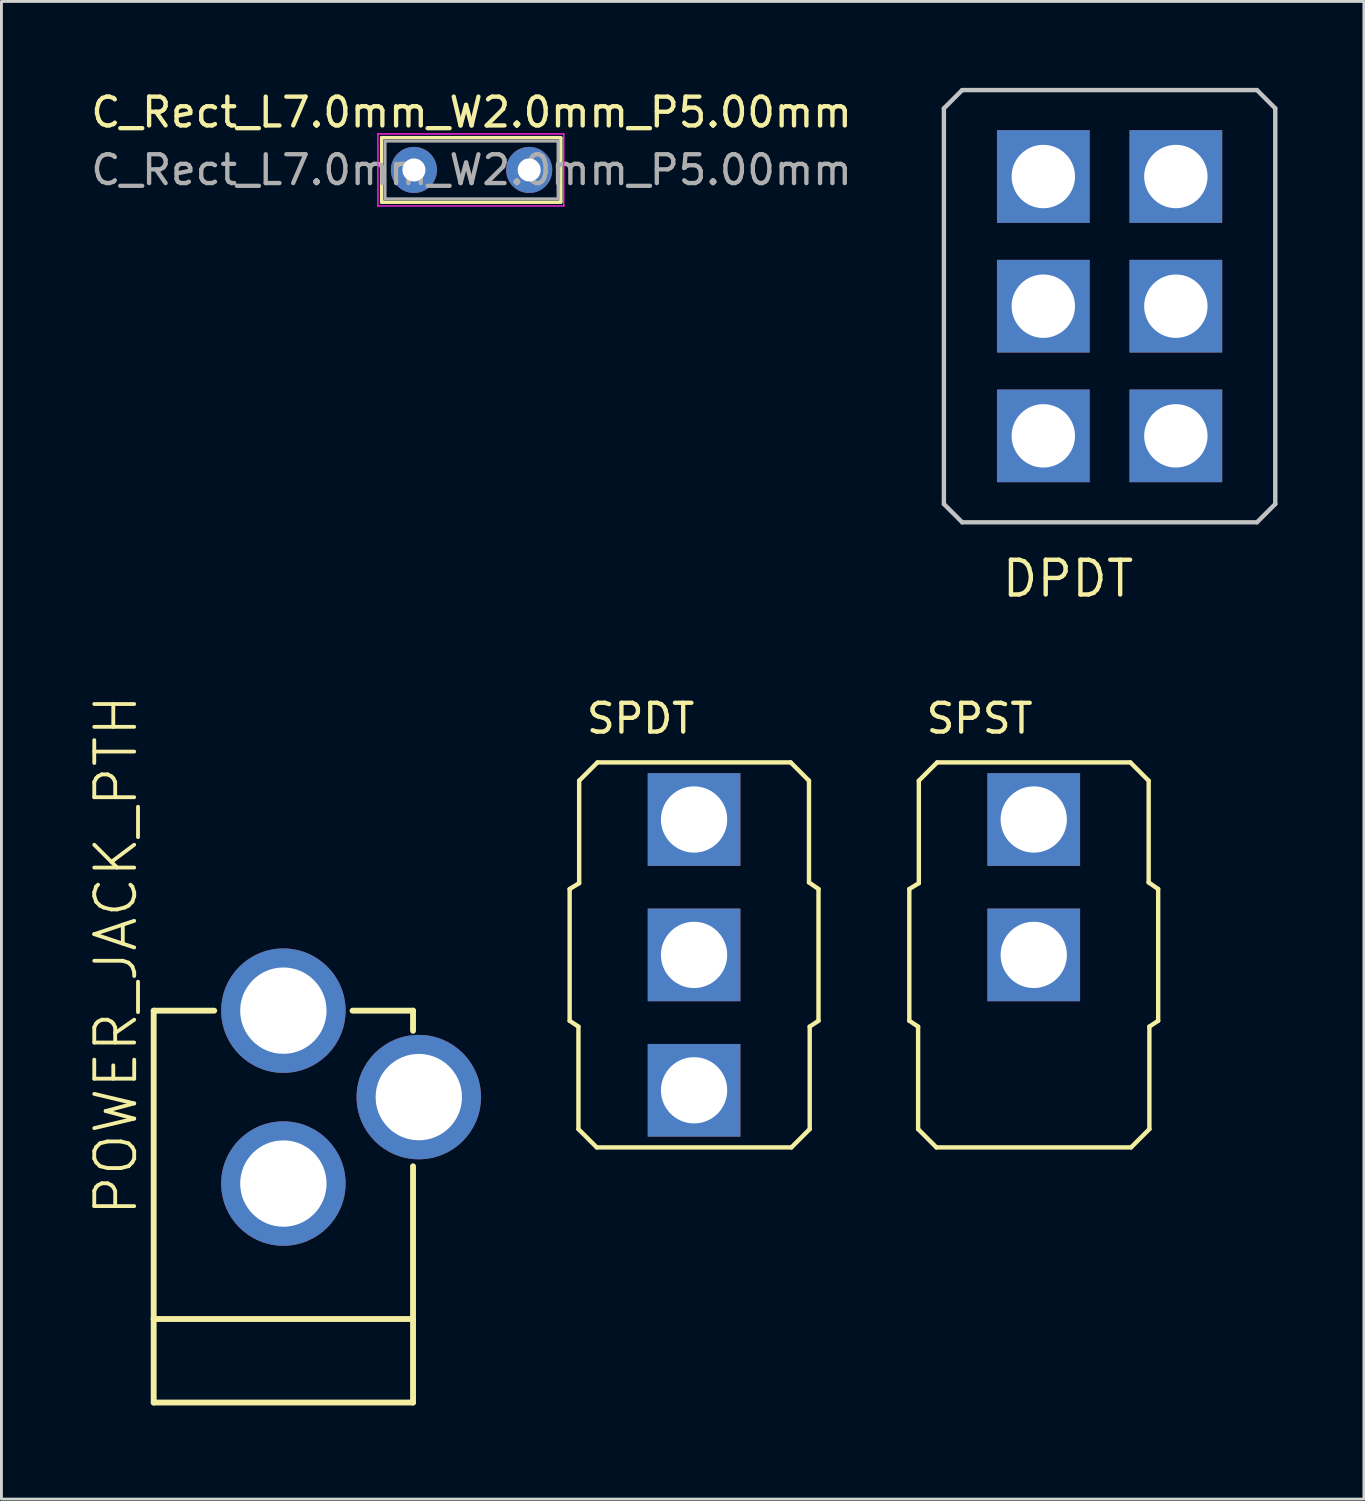
<source format=kicad_pcb>
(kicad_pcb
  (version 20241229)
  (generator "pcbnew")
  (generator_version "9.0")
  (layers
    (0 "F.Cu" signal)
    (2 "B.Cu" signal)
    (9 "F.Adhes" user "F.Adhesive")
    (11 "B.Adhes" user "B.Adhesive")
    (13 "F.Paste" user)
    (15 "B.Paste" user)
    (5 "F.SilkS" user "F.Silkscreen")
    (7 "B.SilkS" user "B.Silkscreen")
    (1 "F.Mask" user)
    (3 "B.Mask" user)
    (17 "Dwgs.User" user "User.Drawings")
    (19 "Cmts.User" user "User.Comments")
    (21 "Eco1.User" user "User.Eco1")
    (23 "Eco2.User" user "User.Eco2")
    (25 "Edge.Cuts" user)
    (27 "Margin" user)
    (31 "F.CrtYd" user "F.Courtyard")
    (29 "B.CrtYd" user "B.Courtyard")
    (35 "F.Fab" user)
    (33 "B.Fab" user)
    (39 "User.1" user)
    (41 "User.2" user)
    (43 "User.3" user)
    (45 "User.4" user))
  (footprint "DPDT"
    (layer "F.Cu")
    (at 35.457 7.576)
    (property "Reference" "DPDT" (at -3.81 10.16 0) (layer "F.SilkS") (effects (font (size 1.206 1.206) (thickness 0.152)) (justify left bottom)))
    (attr through_hole)
    (fp_line (start -5.75 -6.865) (end -5.115 -7.5) (stroke (width 0.152) (type solid)) (layer "Dwgs.User"))
    (fp_line (start -5.75 6.865) (end -5.75 -6.865) (stroke (width 0.152) (type solid)) (layer "Dwgs.User"))
    (fp_line (start -5.115 -7.5) (end 5.115 -7.5) (stroke (width 0.152) (type solid)) (layer "Dwgs.User"))
    (fp_line (start -5.115 7.5) (end -5.75 6.865) (stroke (width 0.152) (type solid)) (layer "Dwgs.User"))
    (fp_line (start 5.115 -7.5) (end 5.75 -6.865) (stroke (width 0.152) (type solid)) (layer "Dwgs.User"))
    (fp_line (start 5.115 7.5) (end -5.115 7.5) (stroke (width 0.152) (type solid)) (layer "Dwgs.User"))
    (fp_line (start 5.75 -6.865) (end 5.75 6.865) (stroke (width 0.152) (type solid)) (layer "Dwgs.User"))
    (fp_line (start 5.75 6.865) (end 5.115 7.5) (stroke (width 0.152) (type solid)) (layer "Dwgs.User"))
    (pad "A1" thru_hole rect (at -2.3 -4.5 180) (size 3.216 3.216) (drill 2.2) (layers "*.Cu" "*.Mask"))
    (pad "A2" thru_hole rect (at -2.3 0 180) (size 3.216 3.216) (drill 2.2) (layers "*.Cu" "*.Mask"))
    (pad "A3" thru_hole rect (at -2.3 4.5 180) (size 3.216 3.216) (drill 2.2) (layers "*.Cu" "*.Mask"))
    (pad "B1" thru_hole rect (at 2.3 -4.5 180) (size 3.216 3.216) (drill 2.2) (layers "*.Cu" "*.Mask"))
    (pad "B2" thru_hole rect (at 2.3 0 180) (size 3.216 3.216) (drill 2.2) (layers "*.Cu" "*.Mask"))
    (pad "B3" thru_hole rect (at 2.3 4.5 180) (size 3.216 3.216) (drill 2.2) (layers "*.Cu" "*.Mask")))
  (footprint "C_Rect_L7.0mm_W2.0mm_P5.00mm"
    (layer "F.Cu")
    (at 11.315 2.848)
    (property "Reference" "C_Rect_L7.0mm_W2.0mm_P5.00mm" (at 2 -2 0) (layer "F.SilkS") (effects (font (size 1 1) (thickness 0.15))))
    (attr through_hole)
    (fp_line (start -1.12 -1.12) (end -1.12 1.12) (stroke (width 0.12) (type solid)) (layer "F.SilkS"))
    (fp_line (start -1.12 -1.12) (end 5.1 -1.12) (stroke (width 0.12) (type solid)) (layer "F.SilkS"))
    (fp_line (start -1.12 1.12) (end 5.1 1.12) (stroke (width 0.12) (type solid)) (layer "F.SilkS"))
    (fp_line (start 5.1 -1.1) (end 5.1 1.1) (stroke (width 0.12) (type solid)) (layer "F.SilkS"))
    (fp_line (start -1.25 -1.25) (end -1.25 1.25) (stroke (width 0.05) (type solid)) (layer "F.CrtYd"))
    (fp_line (start -1.25 1.25) (end 5.2 1.25) (stroke (width 0.05) (type solid)) (layer "F.CrtYd"))
    (fp_line (start 5.2 -1.25) (end -1.25 -1.25) (stroke (width 0.05) (type solid)) (layer "F.CrtYd"))
    (fp_line (start 5.2 1.25) (end 5.2 -1.25) (stroke (width 0.05) (type solid)) (layer "F.CrtYd"))
    (fp_line (start -1 -1) (end -1 1) (stroke (width 0.1) (type solid)) (layer "F.Fab"))
    (fp_line (start -1 1) (end 5 1) (stroke (width 0.1) (type solid)) (layer "F.Fab"))
    (fp_line (start 5 -1) (end -1 -1) (stroke (width 0.1) (type solid)) (layer "F.Fab"))
    (fp_line (start 5 1) (end 5 -1) (stroke (width 0.1) (type solid)) (layer "F.Fab"))
    (fp_text user "${REFERENCE}" (at 2 0 0) (layer "F.Fab") (effects (font (size 1 1) (thickness 0.15))))
    (pad "1" thru_hole circle (at 0 0) (size 1.6 1.6) (drill 0.8) (layers "*.Cu" "*.Mask"))
    (pad "2" thru_hole circle (at 4 0) (size 1.6 1.6) (drill 0.8) (layers "*.Cu" "*.Mask")))
  (footprint "SPST"
    (layer "F.Cu")
    (at 32.825 30.089)
    (property "Reference" "SPST" (at -3.81 -7.62 0) (layer "F.SilkS") (effects (font (size 1 1) (thickness 0.15)) (justify left bottom)))
    (attr through_hole)
    (fp_line (start -4.318 -2.286) (end -4.318 2.286) (stroke (width 0.152) (type solid)) (layer "F.SilkS"))
    (fp_line (start -4.318 2.286) (end -4.013 2.489) (stroke (width 0.152) (type solid)) (layer "F.SilkS"))
    (fp_line (start -4.013 6.045) (end -4.013 2.489) (stroke (width 0.152) (type solid)) (layer "F.SilkS"))
    (fp_line (start -4.013 6.045) (end -3.378 6.68) (stroke (width 0.152) (type solid)) (layer "F.SilkS"))
    (fp_line (start -3.988 -2.489) (end -4.318 -2.286) (stroke (width 0.152) (type solid)) (layer "F.SilkS"))
    (fp_line (start -3.988 -2.489) (end -3.988 -6.045) (stroke (width 0.152) (type solid)) (layer "F.SilkS"))
    (fp_line (start -3.353 -6.68) (end -3.988 -6.045) (stroke (width 0.152) (type solid)) (layer "F.SilkS"))
    (fp_line (start -3.353 -6.68) (end 3.353 -6.68) (stroke (width 0.152) (type solid)) (layer "F.SilkS"))
    (fp_line (start 3.378 6.68) (end -3.378 6.68) (stroke (width 0.152) (type solid)) (layer "F.SilkS"))
    (fp_line (start 3.378 6.68) (end 4.013 6.045) (stroke (width 0.152) (type solid)) (layer "F.SilkS"))
    (fp_line (start 3.988 -6.045) (end 3.353 -6.68) (stroke (width 0.152) (type solid)) (layer "F.SilkS"))
    (fp_line (start 3.988 -6.045) (end 3.988 -2.515) (stroke (width 0.152) (type solid)) (layer "F.SilkS"))
    (fp_line (start 4.013 2.489) (end 4.318 2.286) (stroke (width 0.152) (type solid)) (layer "F.SilkS"))
    (fp_line (start 4.013 6.045) (end 4.013 2.489) (stroke (width 0.152) (type solid)) (layer "F.SilkS"))
    (fp_line (start 4.318 -2.286) (end 3.988 -2.515) (stroke (width 0.152) (type solid)) (layer "F.SilkS"))
    (fp_line (start 4.318 -2.286) (end 4.318 2.286) (stroke (width 0.152) (type solid)) (layer "F.SilkS"))
    (pad "1" thru_hole rect (at 0 -4.699) (size 3.216 3.216) (drill 2.3) (layers "*.Cu" "*.Mask"))
    (pad "2" thru_hole rect (at 0 0) (size 3.216 3.216) (drill 2.3) (layers "*.Cu" "*.Mask")))
  (footprint "POWER_JACK_PTH"
    (layer "F.Cu")
    (at 6.784 45.724)
    (property "Reference" "POWER_JACK_PTH" (at -5 -6.5 90) (layer "F.SilkS") (effects (font (size 1.386 1.386) (thickness 0.133)) (justify left bottom)))
    (attr through_hole)
    (fp_line (start -4.5 -13.7) (end -2.4 -13.7) (stroke (width 0.203) (type solid)) (layer "F.SilkS"))
    (fp_line (start -4.5 -3) (end -4.5 -13.7) (stroke (width 0.203) (type solid)) (layer "F.SilkS"))
    (fp_line (start -4.5 -3) (end -4.5 -0.1) (stroke (width 0.203) (type solid)) (layer "F.SilkS"))
    (fp_line (start -4.5 -3) (end 4.5 -3) (stroke (width 0.203) (type solid)) (layer "F.SilkS"))
    (fp_line (start 4.5 -13.7) (end 2.4 -13.7) (stroke (width 0.203) (type solid)) (layer "F.SilkS"))
    (fp_line (start 4.5 -13.7) (end 4.5 -13) (stroke (width 0.203) (type solid)) (layer "F.SilkS"))
    (fp_line (start 4.5 -3) (end 4.5 -8.3) (stroke (width 0.203) (type solid)) (layer "F.SilkS"))
    (fp_line (start 4.5 -0.1) (end -4.5 -0.1) (stroke (width 0.203) (type solid)) (layer "F.SilkS"))
    (fp_line (start 4.5 -0.1) (end 4.5 -3) (stroke (width 0.203) (type solid)) (layer "F.SilkS"))
    (pad "1" thru_hole circle (at 0 -13.7) (size 4.318 4.318) (drill 2.997) (layers "*.Cu" "*.Mask"))
    (pad "2" thru_hole circle (at 0 -7.7) (size 4.318 4.318) (drill 2.997) (layers "*.Cu" "*.Mask"))
    (pad "3" thru_hole circle (at 4.7 -10.7 90) (size 4.318 4.318) (drill 2.997) (layers "*.Cu" "*.Mask")))
  (footprint "SPDT"
    (layer "F.Cu")
    (at 21.037 30.089)
    (property "Reference" "SPDT" (at -3.81 -7.62 0) (layer "F.SilkS") (effects (font (size 1 1) (thickness 0.15)) (justify left bottom)))
    (attr through_hole)
    (fp_line (start -4.318 -2.286) (end -4.318 2.286) (stroke (width 0.152) (type solid)) (layer "F.SilkS"))
    (fp_line (start -4.318 2.286) (end -4.013 2.489) (stroke (width 0.152) (type solid)) (layer "F.SilkS"))
    (fp_line (start -4.013 6.045) (end -4.013 2.489) (stroke (width 0.152) (type solid)) (layer "F.SilkS"))
    (fp_line (start -4.013 6.045) (end -3.378 6.68) (stroke (width 0.152) (type solid)) (layer "F.SilkS"))
    (fp_line (start -3.988 -2.489) (end -4.318 -2.286) (stroke (width 0.152) (type solid)) (layer "F.SilkS"))
    (fp_line (start -3.988 -2.489) (end -3.988 -6.045) (stroke (width 0.152) (type solid)) (layer "F.SilkS"))
    (fp_line (start -3.353 -6.68) (end -3.988 -6.045) (stroke (width 0.152) (type solid)) (layer "F.SilkS"))
    (fp_line (start -3.353 -6.68) (end 3.353 -6.68) (stroke (width 0.152) (type solid)) (layer "F.SilkS"))
    (fp_line (start 3.378 6.68) (end -3.378 6.68) (stroke (width 0.152) (type solid)) (layer "F.SilkS"))
    (fp_line (start 3.378 6.68) (end 4.013 6.045) (stroke (width 0.152) (type solid)) (layer "F.SilkS"))
    (fp_line (start 3.988 -6.045) (end 3.353 -6.68) (stroke (width 0.152) (type solid)) (layer "F.SilkS"))
    (fp_line (start 3.988 -6.045) (end 3.988 -2.515) (stroke (width 0.152) (type solid)) (layer "F.SilkS"))
    (fp_line (start 4.013 2.489) (end 4.318 2.286) (stroke (width 0.152) (type solid)) (layer "F.SilkS"))
    (fp_line (start 4.013 6.045) (end 4.013 2.489) (stroke (width 0.152) (type solid)) (layer "F.SilkS"))
    (fp_line (start 4.318 -2.286) (end 3.988 -2.515) (stroke (width 0.152) (type solid)) (layer "F.SilkS"))
    (fp_line (start 4.318 -2.286) (end 4.318 2.286) (stroke (width 0.152) (type solid)) (layer "F.SilkS"))
    (pad "1" thru_hole rect (at 0 -4.699) (size 3.216 3.216) (drill 2.3) (layers "*.Cu" "*.Mask"))
    (pad "2" thru_hole rect (at 0 0) (size 3.216 3.216) (drill 2.3) (layers "*.Cu" "*.Mask"))
    (pad "3" thru_hole rect (at 0 4.699) (size 3.216 3.216) (drill 2.3) (layers "*.Cu" "*.Mask")))
  (gr_rect
    (start -3 -3)
    (end 44.283 48.974)
    (stroke (width 0.1) (type default))
    (fill no)
    (layer "Edge.Cuts")))
</source>
